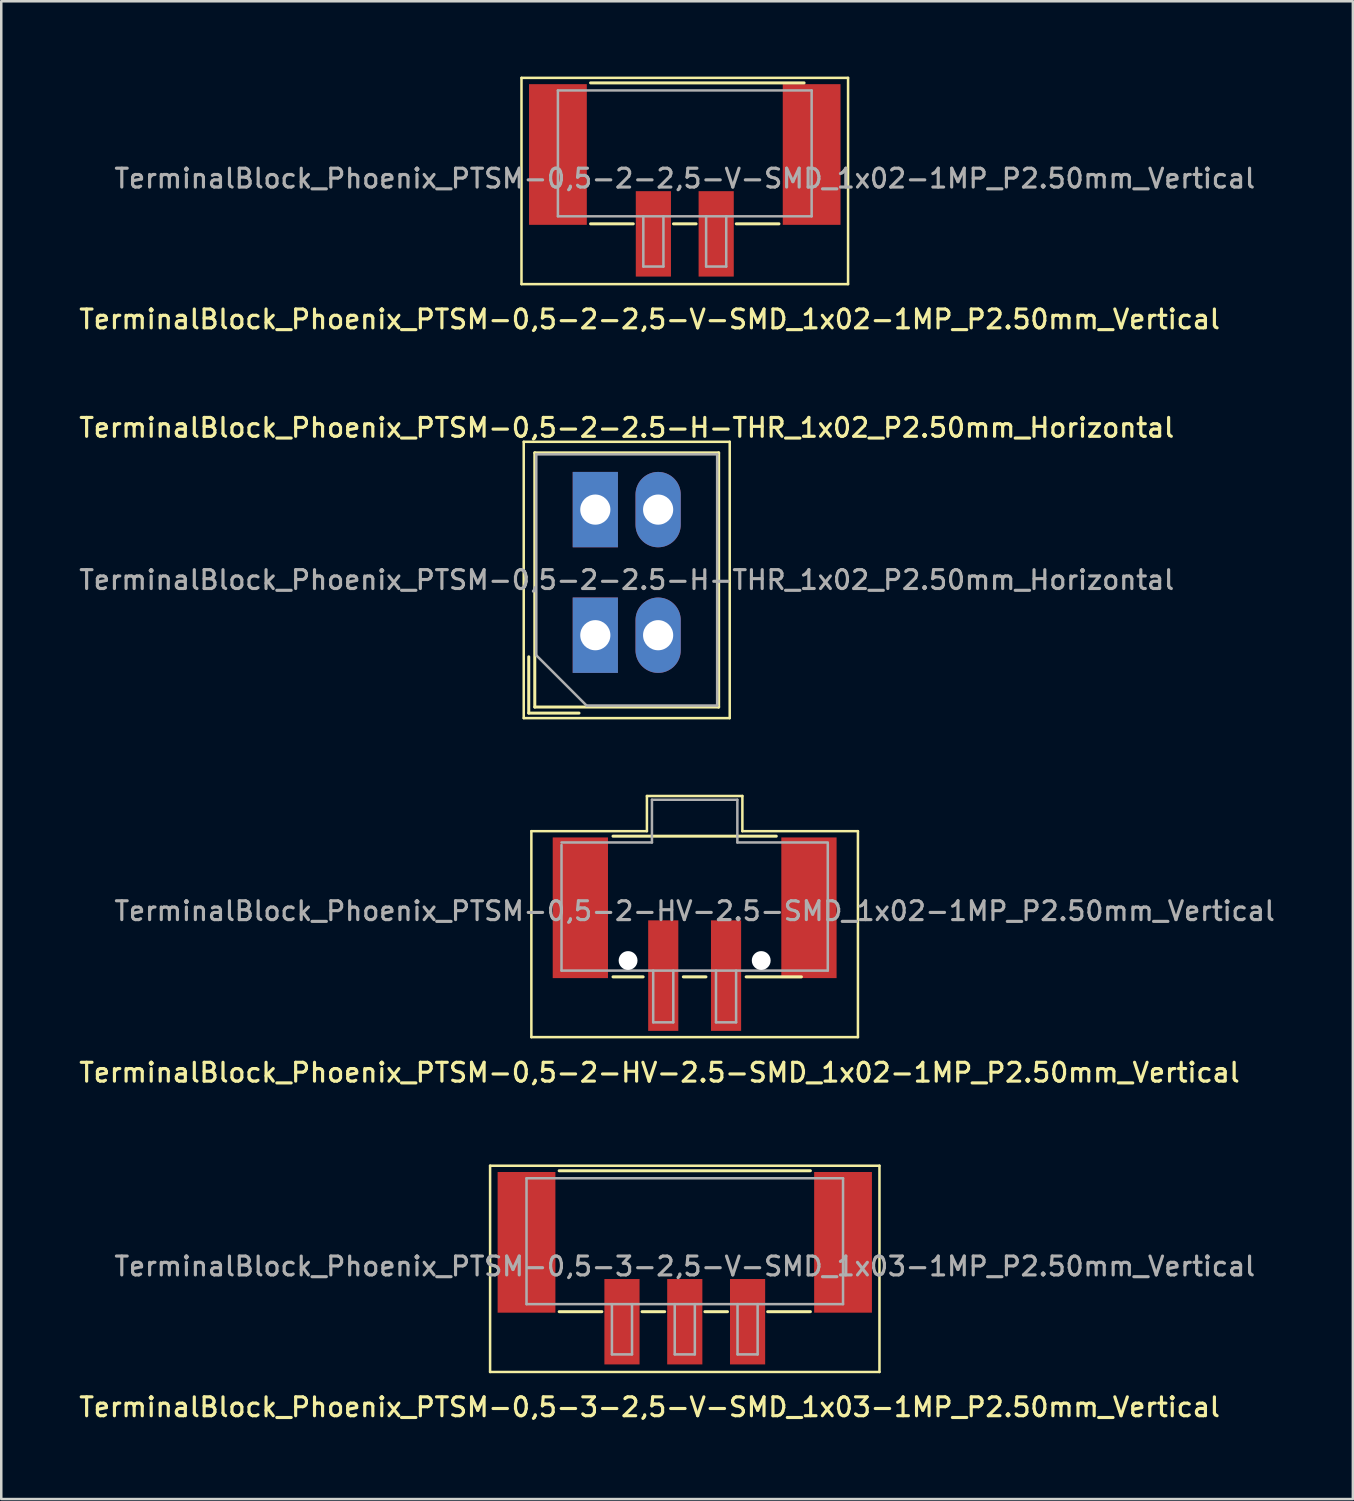
<source format=kicad_pcb>
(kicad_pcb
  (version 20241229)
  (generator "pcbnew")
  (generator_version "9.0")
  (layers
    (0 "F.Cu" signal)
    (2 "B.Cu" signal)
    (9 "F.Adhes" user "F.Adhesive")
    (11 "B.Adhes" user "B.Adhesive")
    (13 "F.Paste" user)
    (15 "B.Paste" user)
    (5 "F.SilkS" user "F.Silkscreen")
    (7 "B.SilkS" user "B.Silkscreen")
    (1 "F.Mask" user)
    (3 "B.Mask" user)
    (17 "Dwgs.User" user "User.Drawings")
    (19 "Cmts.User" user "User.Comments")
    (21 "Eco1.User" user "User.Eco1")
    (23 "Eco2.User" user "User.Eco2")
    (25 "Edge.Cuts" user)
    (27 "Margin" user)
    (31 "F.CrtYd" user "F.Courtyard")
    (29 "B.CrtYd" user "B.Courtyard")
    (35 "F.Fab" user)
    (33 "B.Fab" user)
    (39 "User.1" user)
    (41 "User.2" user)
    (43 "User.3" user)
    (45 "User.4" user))
  (footprint "TerminalBlock_Phoenix_PTSM-0,5-2-2.5-H-THR_1x02_P2.50mm_Horizontal"
    (layer "F.Cu")
    (at 20.648 22.236)
    (property "Reference" "TerminalBlock_Phoenix_PTSM-0,5-2-2.5-H-THR_1x02_P2.50mm_Horizontal" (at 1.25 -8.26 0) (layer "F.SilkS") (effects (font (size 0.75 0.75) (thickness 0.125))))
    (attr through_hole)
    (fp_line (start -2.85 -7.7) (end -2.85 3.3) (stroke (width 0.1) (type solid)) (layer "F.SilkS"))
    (fp_line (start -2.85 3.3) (end 5.35 3.3) (stroke (width 0.1) (type solid)) (layer "F.SilkS"))
    (fp_line (start -2.65 0.86) (end -2.65 3.1) (stroke (width 0.12) (type solid)) (layer "F.SilkS"))
    (fp_line (start -2.65 3.1) (end -0.65 3.1) (stroke (width 0.12) (type solid)) (layer "F.SilkS"))
    (fp_line (start -2.41 -7.26) (end -2.41 2.86) (stroke (width 0.12) (type solid)) (layer "F.SilkS"))
    (fp_line (start -2.41 -7.26) (end 4.91 -7.26) (stroke (width 0.12) (type solid)) (layer "F.SilkS"))
    (fp_line (start -2.41 2.86) (end 4.91 2.86) (stroke (width 0.12) (type solid)) (layer "F.SilkS"))
    (fp_line (start 4.91 -7.26) (end 4.91 2.86) (stroke (width 0.12) (type solid)) (layer "F.SilkS"))
    (fp_line (start 5.35 -7.7) (end -2.85 -7.7) (stroke (width 0.1) (type solid)) (layer "F.SilkS"))
    (fp_line (start 5.35 3.3) (end 5.35 -7.7) (stroke (width 0.1) (type solid)) (layer "F.SilkS"))
    (fp_line (start -2.35 -7.2) (end 4.85 -7.2) (stroke (width 0.1) (type solid)) (layer "F.Fab"))
    (fp_line (start -2.35 0.8) (end -2.35 -7.2) (stroke (width 0.1) (type solid)) (layer "F.Fab"))
    (fp_line (start -0.35 2.8) (end -2.35 0.8) (stroke (width 0.1) (type solid)) (layer "F.Fab"))
    (fp_line (start 4.85 -7.2) (end 4.85 2.8) (stroke (width 0.1) (type solid)) (layer "F.Fab"))
    (fp_line (start 4.85 2.8) (end -0.35 2.8) (stroke (width 0.1) (type solid)) (layer "F.Fab"))
    (fp_text user "${REFERENCE}" (at 1.25 -2.2 0) (layer "F.Fab") (effects (font (size 0.75 0.75) (thickness 0.125))))
    (pad "1" thru_hole rect (at 0 -5) (size 1.8 3) (drill 1.2) (layers "*.Cu" "*.Mask"))
    (pad "1" thru_hole rect (at 0 0) (size 1.8 3) (drill 1.2) (layers "*.Cu" "*.Mask"))
    (pad "2" thru_hole oval (at 2.5 -5) (size 1.8 3) (drill 1.2) (layers "*.Cu" "*.Mask"))
    (pad "2" thru_hole oval (at 2.5 0) (size 1.8 3) (drill 1.2) (layers "*.Cu" "*.Mask")))
  (footprint "TerminalBlock_Phoenix_PTSM-0,5-2-2,5-V-SMD_1x02-1MP_P2.50mm_Vertical"
    (layer "F.Cu")
    (at 24.209 4.13)
    (property "Reference" "TerminalBlock_Phoenix_PTSM-0,5-2-2,5-V-SMD_1x02-1MP_P2.50mm_Vertical" (at -1.4 5.53 0) (layer "F.SilkS") (effects (font (size 0.75 0.75) (thickness 0.125))))
    (attr smd)
    (fp_line (start -6.5 -4.08) (end 6.5 -4.08) (stroke (width 0.1) (type solid)) (layer "F.SilkS"))
    (fp_line (start -6.5 4.13) (end -6.5 -4.08) (stroke (width 0.1) (type solid)) (layer "F.SilkS"))
    (fp_line (start -3.75 -3.88) (end 4.75 -3.88) (stroke (width 0.12) (type solid)) (layer "F.SilkS"))
    (fp_line (start -2.05 1.73) (end -3.75 1.73) (stroke (width 0.12) (type solid)) (layer "F.SilkS"))
    (fp_line (start 0.45 1.73) (end -0.45 1.73) (stroke (width 0.12) (type solid)) (layer "F.SilkS"))
    (fp_line (start 3.75 1.73) (end 2.05 1.73) (stroke (width 0.12) (type solid)) (layer "F.SilkS"))
    (fp_line (start 6.5 -4.08) (end 6.5 4.13) (stroke (width 0.1) (type solid)) (layer "F.SilkS"))
    (fp_line (start 6.5 4.13) (end -6.5 4.13) (stroke (width 0.1) (type solid)) (layer "F.SilkS"))
    (fp_line (start -5.05 -3.58) (end 5.05 -3.58) (stroke (width 0.1) (type solid)) (layer "F.Fab"))
    (fp_line (start -5.05 1.43) (end -5.05 -3.58) (stroke (width 0.1) (type solid)) (layer "F.Fab"))
    (fp_line (start -1.65 1.43) (end -1.65 3.43) (stroke (width 0.1) (type solid)) (layer "F.Fab"))
    (fp_line (start -1.65 3.43) (end -0.85 3.43) (stroke (width 0.1) (type solid)) (layer "F.Fab"))
    (fp_line (start -0.85 1.43) (end -0.85 3.43) (stroke (width 0.1) (type solid)) (layer "F.Fab"))
    (fp_line (start 0.85 1.43) (end 0.85 3.43) (stroke (width 0.1) (type solid)) (layer "F.Fab"))
    (fp_line (start 0.85 3.43) (end 1.65 3.43) (stroke (width 0.1) (type solid)) (layer "F.Fab"))
    (fp_line (start 1.65 1.43) (end 1.65 3.43) (stroke (width 0.1) (type solid)) (layer "F.Fab"))
    (fp_line (start 5.05 1.43) (end -5.05 1.43) (stroke (width 0.1) (type solid)) (layer "F.Fab"))
    (fp_line (start 5.05 1.43) (end 5.05 -3.58) (stroke (width 0.1) (type solid)) (layer "F.Fab"))
    (fp_text user "${REFERENCE}" (at 0 -0.075 0) (layer "F.Fab") (effects (font (size 0.75 0.75) (thickness 0.125))))
    (pad "1" smd rect (at -1.25 2.13 180) (size 1.4 3.4) (layers "F.Cu" "F.Mask" "F.Paste"))
    (pad "2" smd rect (at 1.25 2.13 180) (size 1.4 3.4) (layers "F.Cu" "F.Mask" "F.Paste"))
    (pad "MP" smd rect (at -5.05 -1.03 180) (size 2.3 5.6) (layers "F.Cu" "F.Mask" "F.Paste"))
    (pad "MP" smd rect (at 5.05 -1.03 180) (size 2.3 5.6) (layers "F.Cu" "F.Mask" "F.Paste")))
  (footprint "TerminalBlock_Phoenix_PTSM-0,5-2-HV-2.5-SMD_1x02-1MP_P2.50mm_Vertical"
    (layer "F.Cu")
    (at 24.602 34.136)
    (property "Reference" "TerminalBlock_Phoenix_PTSM-0,5-2-HV-2.5-SMD_1x02-1MP_P2.50mm_Vertical" (at -1.4 5.51 0) (layer "F.SilkS") (effects (font (size 0.75 0.75) (thickness 0.125))))
    (attr smd)
    (fp_line (start -6.5 -4.1) (end -1.9 -4.1) (stroke (width 0.1) (type solid)) (layer "F.SilkS"))
    (fp_line (start -6.5 4.1) (end -6.5 -4.1) (stroke (width 0.1) (type solid)) (layer "F.SilkS"))
    (fp_line (start -3.25 -3.9) (end 3.25 -3.9) (stroke (width 0.12) (type solid)) (layer "F.SilkS"))
    (fp_line (start -2.05 1.7) (end -3.25 1.7) (stroke (width 0.12) (type solid)) (layer "F.SilkS"))
    (fp_line (start -1.9 -5.5) (end 1.9 -5.5) (stroke (width 0.1) (type solid)) (layer "F.SilkS"))
    (fp_line (start -1.9 -4.1) (end -1.9 -5.5) (stroke (width 0.1) (type solid)) (layer "F.SilkS"))
    (fp_line (start 0.45 1.7) (end -0.45 1.7) (stroke (width 0.12) (type solid)) (layer "F.SilkS"))
    (fp_line (start 1.9 -4.1) (end 1.9 -5.5) (stroke (width 0.1) (type solid)) (layer "F.SilkS"))
    (fp_line (start 4.25 1.7) (end 2.05 1.7) (stroke (width 0.12) (type solid)) (layer "F.SilkS"))
    (fp_line (start 6.5 -4.1) (end 1.9 -4.1) (stroke (width 0.1) (type solid)) (layer "F.SilkS"))
    (fp_line (start 6.5 -4.1) (end 6.5 4.1) (stroke (width 0.1) (type solid)) (layer "F.SilkS"))
    (fp_line (start 6.5 4.1) (end -6.5 4.1) (stroke (width 0.1) (type solid)) (layer "F.SilkS"))
    (fp_line (start -5.3 -3.65) (end -1.7 -3.65) (stroke (width 0.1) (type solid)) (layer "F.Fab"))
    (fp_line (start -5.3 1.45) (end -5.3 -3.55) (stroke (width 0.1) (type solid)) (layer "F.Fab"))
    (fp_line (start -1.7 -5.35) (end 1.7 -5.35) (stroke (width 0.1) (type solid)) (layer "F.Fab"))
    (fp_line (start -1.7 -3.65) (end -1.7 -5.35) (stroke (width 0.1) (type solid)) (layer "F.Fab"))
    (fp_line (start -1.65 1.45) (end -1.65 3.51) (stroke (width 0.1) (type solid)) (layer "F.Fab"))
    (fp_line (start -1.65 3.51) (end -0.85 3.51) (stroke (width 0.1) (type solid)) (layer "F.Fab"))
    (fp_line (start -0.85 1.45) (end -0.85 3.51) (stroke (width 0.1) (type solid)) (layer "F.Fab"))
    (fp_line (start 0.85 1.45) (end 0.85 3.51) (stroke (width 0.1) (type solid)) (layer "F.Fab"))
    (fp_line (start 0.85 3.51) (end 1.65 3.51) (stroke (width 0.1) (type solid)) (layer "F.Fab"))
    (fp_line (start 1.65 1.45) (end 1.65 3.51) (stroke (width 0.1) (type solid)) (layer "F.Fab"))
    (fp_line (start 1.7 -5.35) (end 1.7 -3.65) (stroke (width 0.1) (type solid)) (layer "F.Fab"))
    (fp_line (start 1.7 -3.65) (end 5.3 -3.65) (stroke (width 0.1) (type solid)) (layer "F.Fab"))
    (fp_line (start 5.3 1.45) (end -5.3 1.45) (stroke (width 0.1) (type solid)) (layer "F.Fab"))
    (fp_line (start 5.3 1.45) (end 5.3 -3.6) (stroke (width 0.1) (type solid)) (layer "F.Fab"))
    (fp_text user "${REFERENCE}" (at 0 -0.92 0) (layer "F.Fab") (effects (font (size 0.75 0.75) (thickness 0.125))))
    (pad "" np_thru_hole circle (at -2.65 1.05) (size 0.75 0.75) (drill 1) (layers "*.Cu" "*.Mask"))
    (pad "" np_thru_hole circle (at 2.65 1.05) (size 0.75 0.75) (drill 1) (layers "*.Cu" "*.Mask"))
    (pad "1" smd rect (at -1.25 1.65 180) (size 1.2 4.4) (layers "F.Cu" "F.Mask" "F.Paste"))
    (pad "2" smd rect (at 1.25 1.65 180) (size 1.2 4.4) (layers "F.Cu" "F.Mask" "F.Paste"))
    (pad "MP" smd rect (at -4.55 -1.05 180) (size 2.2 5.6) (layers "F.Cu" "F.Mask" "F.Paste"))
    (pad "MP" smd rect (at 4.55 -1.05 180) (size 2.2 5.6) (layers "F.Cu" "F.Mask" "F.Paste")))
  (footprint "TerminalBlock_Phoenix_PTSM-0,5-3-2,5-V-SMD_1x03-1MP_P2.50mm_Vertical"
    (layer "F.Cu")
    (at 24.209 47.434)
    (property "Reference" "TerminalBlock_Phoenix_PTSM-0,5-3-2,5-V-SMD_1x03-1MP_P2.50mm_Vertical" (at -1.4 5.53 0) (layer "F.SilkS") (effects (font (size 0.75 0.75) (thickness 0.125))))
    (attr smd)
    (fp_line (start -7.75 -4.08) (end 7.75 -4.08) (stroke (width 0.1) (type solid)) (layer "F.SilkS"))
    (fp_line (start -7.75 4.13) (end -7.75 -4.08) (stroke (width 0.1) (type solid)) (layer "F.SilkS"))
    (fp_line (start -5 -3.88) (end 5 -3.88) (stroke (width 0.12) (type solid)) (layer "F.SilkS"))
    (fp_line (start -3.3 1.73) (end -5 1.73) (stroke (width 0.12) (type solid)) (layer "F.SilkS"))
    (fp_line (start -0.8 1.73) (end -1.7 1.73) (stroke (width 0.12) (type solid)) (layer "F.SilkS"))
    (fp_line (start 1.7 1.73) (end 0.8 1.73) (stroke (width 0.12) (type solid)) (layer "F.SilkS"))
    (fp_line (start 5 1.73) (end 3.3 1.73) (stroke (width 0.12) (type solid)) (layer "F.SilkS"))
    (fp_line (start 7.75 -4.08) (end 7.75 4.13) (stroke (width 0.1) (type solid)) (layer "F.SilkS"))
    (fp_line (start 7.75 4.13) (end -7.75 4.13) (stroke (width 0.1) (type solid)) (layer "F.SilkS"))
    (fp_line (start -6.3 -3.58) (end 6.3 -3.58) (stroke (width 0.1) (type solid)) (layer "F.Fab"))
    (fp_line (start -6.3 1.43) (end -6.3 -3.58) (stroke (width 0.1) (type solid)) (layer "F.Fab"))
    (fp_line (start -2.9 1.43) (end -2.9 3.43) (stroke (width 0.1) (type solid)) (layer "F.Fab"))
    (fp_line (start -2.9 3.43) (end -2.1 3.43) (stroke (width 0.1) (type solid)) (layer "F.Fab"))
    (fp_line (start -2.1 1.43) (end -2.1 3.43) (stroke (width 0.1) (type solid)) (layer "F.Fab"))
    (fp_line (start -0.4 1.43) (end -0.4 3.43) (stroke (width 0.1) (type solid)) (layer "F.Fab"))
    (fp_line (start -0.4 3.43) (end 0.4 3.43) (stroke (width 0.1) (type solid)) (layer "F.Fab"))
    (fp_line (start 0.4 1.43) (end 0.4 3.43) (stroke (width 0.1) (type solid)) (layer "F.Fab"))
    (fp_line (start 2.1 1.43) (end 2.1 3.43) (stroke (width 0.1) (type solid)) (layer "F.Fab"))
    (fp_line (start 2.1 3.43) (end 2.9 3.43) (stroke (width 0.1) (type solid)) (layer "F.Fab"))
    (fp_line (start 2.9 1.43) (end 2.9 3.43) (stroke (width 0.1) (type solid)) (layer "F.Fab"))
    (fp_line (start 6.3 1.43) (end -6.3 1.43) (stroke (width 0.1) (type solid)) (layer "F.Fab"))
    (fp_line (start 6.3 1.43) (end 6.3 -3.58) (stroke (width 0.1) (type solid)) (layer "F.Fab"))
    (fp_text user "${REFERENCE}" (at 0 -0.075 0) (layer "F.Fab") (effects (font (size 0.75 0.75) (thickness 0.125))))
    (pad "1" smd rect (at -2.5 2.13 180) (size 1.4 3.4) (layers "F.Cu" "F.Mask" "F.Paste"))
    (pad "2" smd rect (at 0 2.13 180) (size 1.4 3.4) (layers "F.Cu" "F.Mask" "F.Paste"))
    (pad "3" smd rect (at 2.5 2.13 180) (size 1.4 3.4) (layers "F.Cu" "F.Mask" "F.Paste"))
    (pad "MP" smd rect (at -6.3 -1.03 180) (size 2.3 5.6) (layers "F.Cu" "F.Mask" "F.Paste"))
    (pad "MP" smd rect (at 6.3 -1.03 180) (size 2.3 5.6) (layers "F.Cu" "F.Mask" "F.Paste")))
  (gr_rect
    (start -3 -3)
    (end 50.804 56.623)
    (stroke (width 0.1) (type default))
    (fill no)
    (layer "Edge.Cuts")))
</source>
